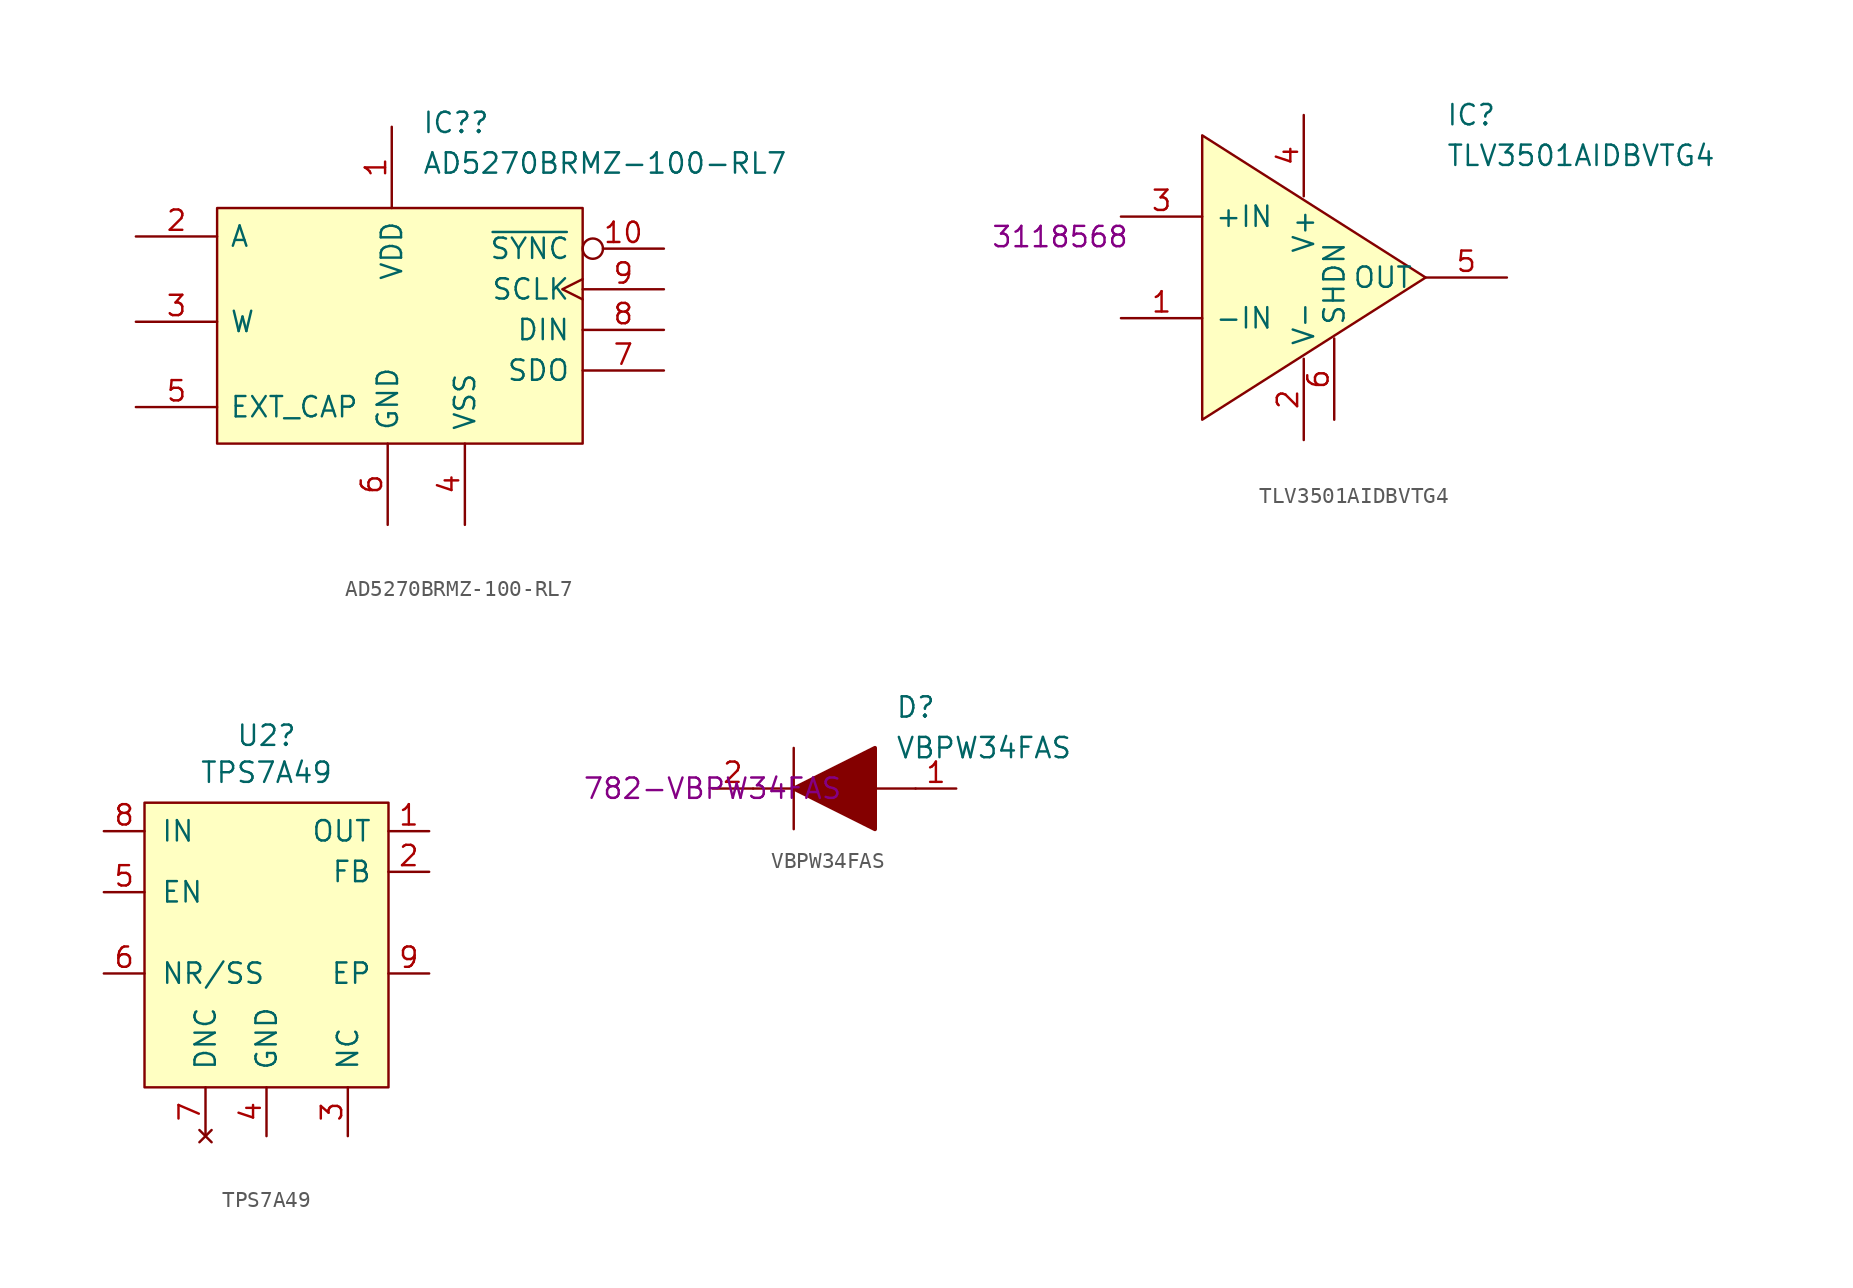
<source format=kicad_sym>
(kicad_symbol_lib
  (version 20211014)
  (generator kicad_symbol_editor)
  (symbol "AD5270BRMZ-100-RL7"
    (pin_names
      (offset 0.762))
    (property "Reference" "IC?"
      (at 17.894 7.874 0)
      (effects (font (size 1.27 1.27)) (justify left)))
    (property "Value" "AD5270BRMZ-100-RL7"
      (at 17.894 5.334 0)
      (effects (font (size 1.27 1.27)) (justify left)))
    (symbol "AD5270BRMZ-100-RL7_0_0"
      (pin power_in line (at 16.002 7.62 270) (length 5.08) (name "VDD" (effects (font (size 1.27 1.27)))) (number "1" (effects (font (size 1.27 1.27)))))
      (pin input inverted (at 33.02 0 180) (length 5.08) (name "~{SYNC}" (effects (font (size 1.27 1.27)))) (number "10" (effects (font (size 1.27 1.27)))))
      (pin passive line (at 0 0.762 0) (length 5.08) (name "A" (effects (font (size 1.27 1.27)))) (number "2" (effects (font (size 1.27 1.27)))))
      (pin passive line (at 0 -4.572 0) (length 5.08) (name "W" (effects (font (size 1.27 1.27)))) (number "3" (effects (font (size 1.27 1.27)))))
      (pin power_in line (at 20.574 -17.272 90) (length 5.08) (name "VSS" (effects (font (size 1.27 1.27)))) (number "4" (effects (font (size 1.27 1.27)))))
      (pin passive line (at 0 -9.906 0) (length 5.08) (name "EXT_CAP" (effects (font (size 1.27 1.27)))) (number "5" (effects (font (size 1.27 1.27)))))
      (pin power_in line (at 15.748 -17.272 90) (length 5.08) (name "GND" (effects (font (size 1.27 1.27)))) (number "6" (effects (font (size 1.27 1.27)))))
      (pin output line (at 33.02 -7.62 180) (length 5.08) (name "SDO" (effects (font (size 1.27 1.27)))) (number "7" (effects (font (size 1.27 1.27)))))
      (pin input line (at 33.02 -5.08 180) (length 5.08) (name "DIN" (effects (font (size 1.27 1.27)))) (number "8" (effects (font (size 1.27 1.27)))))
      (pin input clock (at 33.02 -2.54 180) (length 5.08) (name "SCLK" (effects (font (size 1.27 1.27)))) (number "9" (effects (font (size 1.27 1.27))))))
    (symbol "AD5270BRMZ-100-RL7_0_1"
      (polyline (pts (xy 5.08 2.54) (xy 27.94 2.54) (xy 27.94 -12.192) (xy 5.08 -12.192) (xy 5.08 2.54)) (stroke (width 0.152) (type default) (color 0 0 0 0)) (fill (type background)))))
  (symbol "TLV3501AIDBVTG4"
    (pin_names
      (offset 0.762))
    (property "Reference" "IC"
      (at 24.13 7.62 0)
      (effects (font (size 1.27 1.27)) (justify left)))
    (property "Value" "TLV3501AIDBVTG4"
      (at 24.13 5.08 0)
      (effects (font (size 1.27 1.27)) (justify left)))
    (property "Farnell" "3118568"
      (at 0 0 0)
      (effects (font (size 1.27 1.27))))
    (symbol "TLV3501AIDBVTG4_0_0"
      (pin passive line (at 3.81 -5.08 0) (length 5.08) (name "-IN" (effects (font (size 1.27 1.27)))) (number "1" (effects (font (size 1.27 1.27)))))
      (pin passive line (at 15.24 -12.7 90) (length 5.08) (name "V-" (effects (font (size 1.27 1.27)))) (number "2" (effects (font (size 1.27 1.27)))))
      (pin passive line (at 3.81 1.27 0) (length 5.08) (name "+IN" (effects (font (size 1.27 1.27)))) (number "3" (effects (font (size 1.27 1.27)))))
      (pin passive line (at 15.24 7.62 270) (length 5.08) (name "V+" (effects (font (size 1.27 1.27)))) (number "4" (effects (font (size 1.27 1.27)))))
      (pin passive line (at 27.94 -2.54 180) (length 5.08) (name "OUT" (effects (font (size 1.27 1.27)))) (number "5" (effects (font (size 1.27 1.27)))))
      (pin passive line (at 17.145 -11.43 90) (length 5.08) (name "SHDN" (effects (font (size 1.27 1.27)))) (number "6" (effects (font (size 1.27 1.27))))))
    (symbol "TLV3501AIDBVTG4_0_1"
      (polyline (pts (xy 22.86 -2.54) (xy 8.89 6.35) (xy 8.89 -11.43) (xy 22.86 -2.54)) (stroke (width 0) (type default) (color 0 0 0 0)) (fill (type background)))))
  (symbol "TPS7A49"
    (pin_names
      (offset 1.016))
    (property "Reference" "U2"
      (at 0 8.509 0)
      (effects (font (size 1.27 1.27))))
    (property "Value" "TPS7A49"
      (at 0 6.198 0)
      (effects (font (size 1.27 1.27))))
    (symbol "TPS7A49_0_1"
      (rectangle (start -7.62 4.318) (end 7.62 -13.462) (stroke (width 0) (type default) (color 0 0 0 0)) (fill (type background))))
    (symbol "TPS7A49_1_1"
      (pin power_out line (at 10.16 2.54 180) (length 2.54) (name "OUT" (effects (font (size 1.27 1.27)))) (number "1" (effects (font (size 1.27 1.27)))))
      (pin input line (at 10.16 0 180) (length 2.54) (name "FB" (effects (font (size 1.27 1.27)))) (number "2" (effects (font (size 1.27 1.27)))))
      (pin passive line (at 5.08 -16.51 90) (length 3.048) (name "NC" (effects (font (size 1.27 1.27)))) (number "3" (effects (font (size 1.27 1.27)))))
      (pin power_in line (at 0 -16.51 90) (length 3.048) (name "GND" (effects (font (size 1.27 1.27)))) (number "4" (effects (font (size 1.27 1.27)))))
      (pin input line (at -10.16 -1.27 0) (length 2.54) (name "EN" (effects (font (size 1.27 1.27)))) (number "5" (effects (font (size 1.27 1.27)))))
      (pin passive line (at -10.16 -6.35 0) (length 2.54) (name "NR/SS" (effects (font (size 1.27 1.27)))) (number "6" (effects (font (size 1.27 1.27)))))
      (pin no_connect line (at -3.81 -16.51 90) (length 3.048) (name "DNC" (effects (font (size 1.27 1.27)))) (number "7" (effects (font (size 1.27 1.27)))))
      (pin power_in line (at -10.16 2.54 0) (length 2.54) (name "IN" (effects (font (size 1.27 1.27)))) (number "8" (effects (font (size 1.27 1.27)))))
      (pin passive line (at 10.16 -6.35 180) (length 2.54) (name "EP" (effects (font (size 1.27 1.27)))) (number "9" (effects (font (size 1.27 1.27)))))))
  (symbol "VBPW34FAS"
    (pin_names
      (offset 0.762))
    (property "Reference" "D"
      (at 11.43 5.08 0)
      (effects (font (size 1.27 1.27)) (justify left)))
    (property "Value" "VBPW34FAS"
      (at 11.43 2.54 0)
      (effects (font (size 1.27 1.27)) (justify left)))
    (property "Mouser" "782-VBPW34FAS"
      (at 0 0 0)
      (effects (font (size 1.27 1.27))))
    (symbol "VBPW34FAS_0_0"
      (pin passive line (at 15.24 0 180) (length 2.54) (name "~" (effects (font (size 1.27 1.27)))) (number "1" (effects (font (size 1.27 1.27)))))
      (pin passive line (at 0 0 0) (length 2.54) (name "~" (effects (font (size 1.27 1.27)))) (number "2" (effects (font (size 1.27 1.27))))))
    (symbol "VBPW34FAS_0_1"
      (polyline (pts (xy 2.54 0) (xy 5.08 0)) (stroke (width 0.152) (type default) (color 0 0 0 0)) (fill (type none)))
      (polyline (pts (xy 5.08 2.54) (xy 5.08 -2.54)) (stroke (width 0.152) (type default) (color 0 0 0 0)) (fill (type none)))
      (polyline (pts (xy 10.16 0) (xy 12.7 0)) (stroke (width 0.152) (type default) (color 0 0 0 0)) (fill (type none)))
      (polyline (pts (xy 5.08 0) (xy 10.16 2.54) (xy 10.16 -2.54) (xy 5.08 0)) (stroke (width 0.254) (type default) (color 0 0 0 0)) (fill (type outline))))))
</source>
